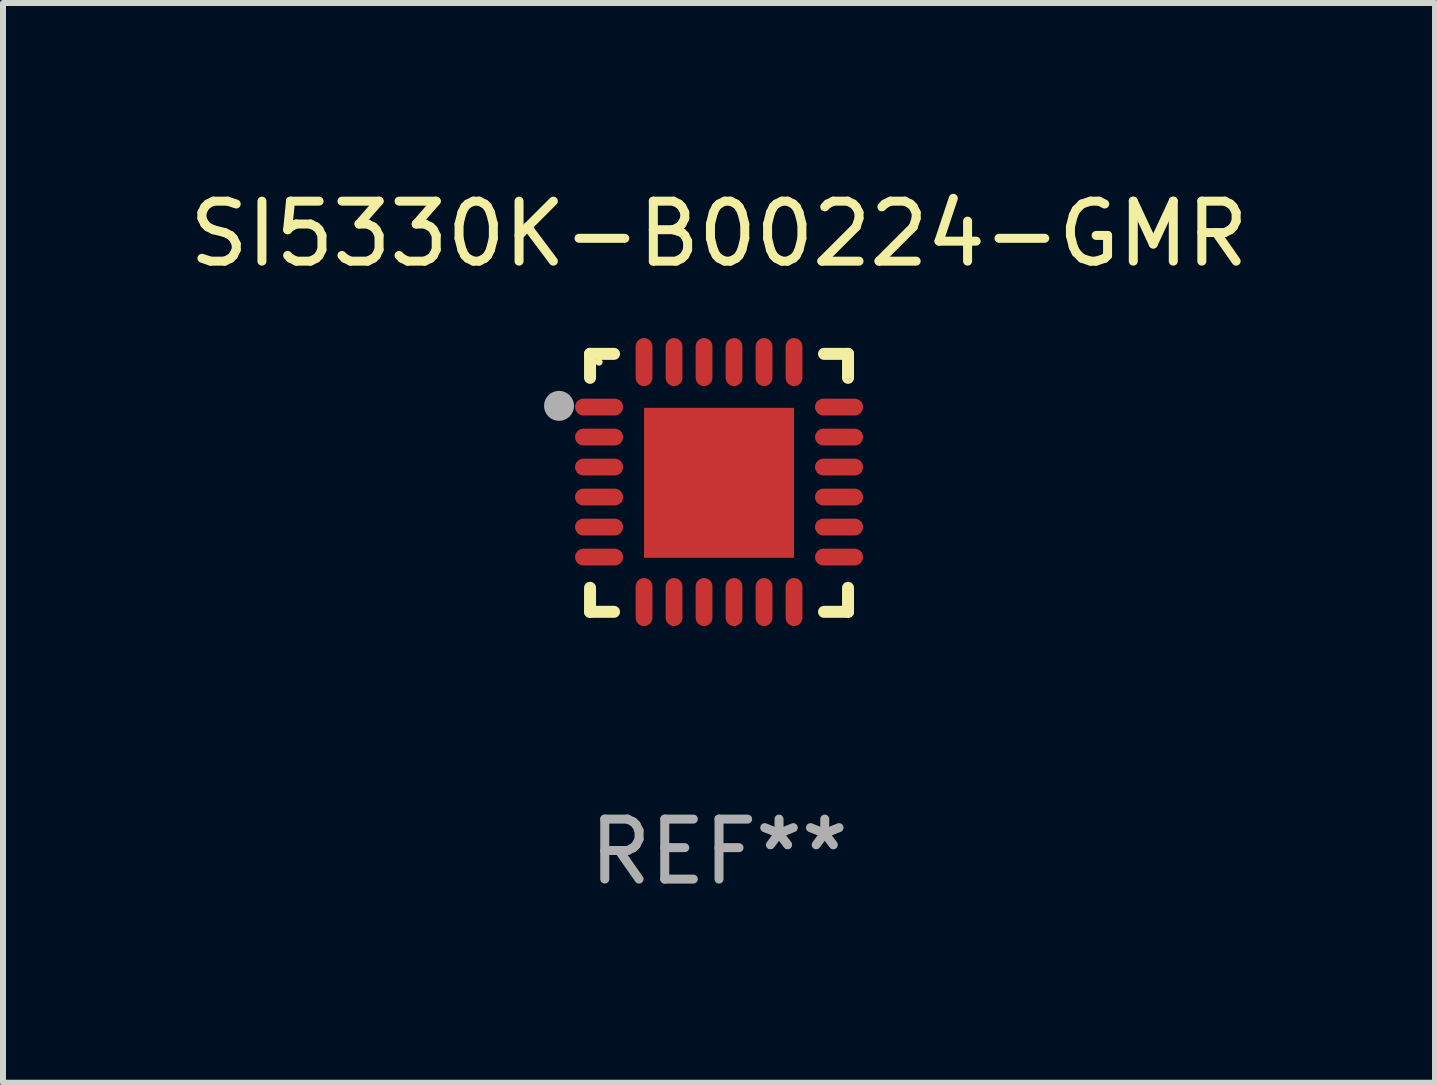
<source format=kicad_pcb>
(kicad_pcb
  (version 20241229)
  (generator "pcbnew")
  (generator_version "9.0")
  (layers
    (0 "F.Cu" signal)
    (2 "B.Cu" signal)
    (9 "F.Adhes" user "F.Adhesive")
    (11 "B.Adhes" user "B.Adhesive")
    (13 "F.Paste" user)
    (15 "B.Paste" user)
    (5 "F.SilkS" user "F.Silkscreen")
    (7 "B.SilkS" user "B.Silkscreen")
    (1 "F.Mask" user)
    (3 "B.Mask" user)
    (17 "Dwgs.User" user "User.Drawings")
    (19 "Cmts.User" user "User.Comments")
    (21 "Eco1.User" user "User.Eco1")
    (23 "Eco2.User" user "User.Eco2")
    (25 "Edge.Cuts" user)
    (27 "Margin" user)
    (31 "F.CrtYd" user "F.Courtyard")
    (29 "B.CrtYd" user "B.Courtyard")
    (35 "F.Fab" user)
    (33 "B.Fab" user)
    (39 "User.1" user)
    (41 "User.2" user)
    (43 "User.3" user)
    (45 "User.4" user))
  (footprint "SI5330K-B00224-GMR"
    (layer "F.Cu")
    (at 8.935 4.998)
    (property "Reference" "SI5330K-B00224-GMR" (at 0 -4.15 0) (layer "F.SilkS") (effects (font (size 1 1) (thickness 0.15))))
    (attr through_hole)
    (fp_line (start -2.15 -2.15) (end -1.75 -2.15) (stroke (width 0.2) (type solid)) (layer "F.SilkS"))
    (fp_line (start -2.15 -1.75) (end -2.15 -2.15) (stroke (width 0.2) (type solid)) (layer "F.SilkS"))
    (fp_line (start -2.15 2.15) (end -2.15 1.75) (stroke (width 0.2) (type solid)) (layer "F.SilkS"))
    (fp_line (start -1.75 2.15) (end -2.15 2.15) (stroke (width 0.2) (type solid)) (layer "F.SilkS"))
    (fp_line (start 1.75 -2.15) (end 2.15 -2.15) (stroke (width 0.2) (type solid)) (layer "F.SilkS"))
    (fp_line (start 1.75 2.15) (end 2.15 2.15) (stroke (width 0.2) (type solid)) (layer "F.SilkS"))
    (fp_line (start 2.15 -2.15) (end 2.15 -1.75) (stroke (width 0.2) (type solid)) (layer "F.SilkS"))
    (fp_line (start 2.15 2.15) (end 2.15 1.75) (stroke (width 0.2) (type solid)) (layer "F.SilkS"))
    (fp_circle (center -2 -2.013) (end -1.97 -2.013) (stroke (width 0.06) (type solid)) (fill no) (layer "F.SilkS"))
    (fp_circle (center -2.667 -1.283) (end -2.542 -1.283) (stroke (width 0.25) (type solid)) (fill no) (layer "F.Fab"))
    (fp_text user "REF**" (at 0 6.15 0) (layer "F.Fab") (effects (font (size 1 1) (thickness 0.15))))
    (pad "1" smd oval (at -2 -1.263) (size 0.8 0.28) (layers "F.Cu" "F.Mask" "F.Paste"))
    (pad "2" smd oval (at -2 -0.763) (size 0.8 0.28) (layers "F.Cu" "F.Mask" "F.Paste"))
    (pad "3" smd oval (at -2 -0.263) (size 0.8 0.28) (layers "F.Cu" "F.Mask" "F.Paste"))
    (pad "4" smd oval (at -2 0.237) (size 0.8 0.28) (layers "F.Cu" "F.Mask" "F.Paste"))
    (pad "5" smd oval (at -2 0.737) (size 0.8 0.28) (layers "F.Cu" "F.Mask" "F.Paste"))
    (pad "6" smd oval (at -2 1.237) (size 0.8 0.28) (layers "F.Cu" "F.Mask" "F.Paste"))
    (pad "7" smd oval (at -1.25 1.987) (size 0.28 0.8) (layers "F.Cu" "F.Mask" "F.Paste"))
    (pad "8" smd oval (at -0.75 1.987) (size 0.28 0.8) (layers "F.Cu" "F.Mask" "F.Paste"))
    (pad "9" smd oval (at -0.25 1.987) (size 0.28 0.8) (layers "F.Cu" "F.Mask" "F.Paste"))
    (pad "10" smd oval (at 0.25 1.987) (size 0.28 0.8) (layers "F.Cu" "F.Mask" "F.Paste"))
    (pad "11" smd oval (at 0.75 1.987) (size 0.28 0.8) (layers "F.Cu" "F.Mask" "F.Paste"))
    (pad "12" smd oval (at 1.25 1.987) (size 0.28 0.8) (layers "F.Cu" "F.Mask" "F.Paste"))
    (pad "13" smd oval (at 2 1.237) (size 0.8 0.28) (layers "F.Cu" "F.Mask" "F.Paste"))
    (pad "14" smd oval (at 2 0.737) (size 0.8 0.28) (layers "F.Cu" "F.Mask" "F.Paste"))
    (pad "15" smd oval (at 2 0.237) (size 0.8 0.28) (layers "F.Cu" "F.Mask" "F.Paste"))
    (pad "16" smd oval (at 2 -0.263) (size 0.8 0.28) (layers "F.Cu" "F.Mask" "F.Paste"))
    (pad "17" smd oval (at 2 -0.763) (size 0.8 0.28) (layers "F.Cu" "F.Mask" "F.Paste"))
    (pad "18" smd oval (at 2 -1.263) (size 0.8 0.28) (layers "F.Cu" "F.Mask" "F.Paste"))
    (pad "19" smd oval (at 1.25 -2.013) (size 0.28 0.8) (layers "F.Cu" "F.Mask" "F.Paste"))
    (pad "20" smd oval (at 0.75 -2.013) (size 0.28 0.8) (layers "F.Cu" "F.Mask" "F.Paste"))
    (pad "21" smd oval (at 0.25 -2.013) (size 0.28 0.8) (layers "F.Cu" "F.Mask" "F.Paste"))
    (pad "22" smd oval (at -0.25 -2.013) (size 0.28 0.8) (layers "F.Cu" "F.Mask" "F.Paste"))
    (pad "23" smd oval (at -0.75 -2.013) (size 0.28 0.8) (layers "F.Cu" "F.Mask" "F.Paste"))
    (pad "24" smd oval (at -1.25 -2.013) (size 0.28 0.8) (layers "F.Cu" "F.Mask" "F.Paste"))
    (pad "25" smd rect (at -0.000127 -0.00014) (size 2.5 2.5) (layers "F.Cu" "F.Mask" "F.Paste")))
  (gr_rect
    (start -3 -3)
    (end 20.869 14.997)
    (stroke (width 0.1) (type default))
    (fill no)
    (layer "Edge.Cuts")))
</source>
